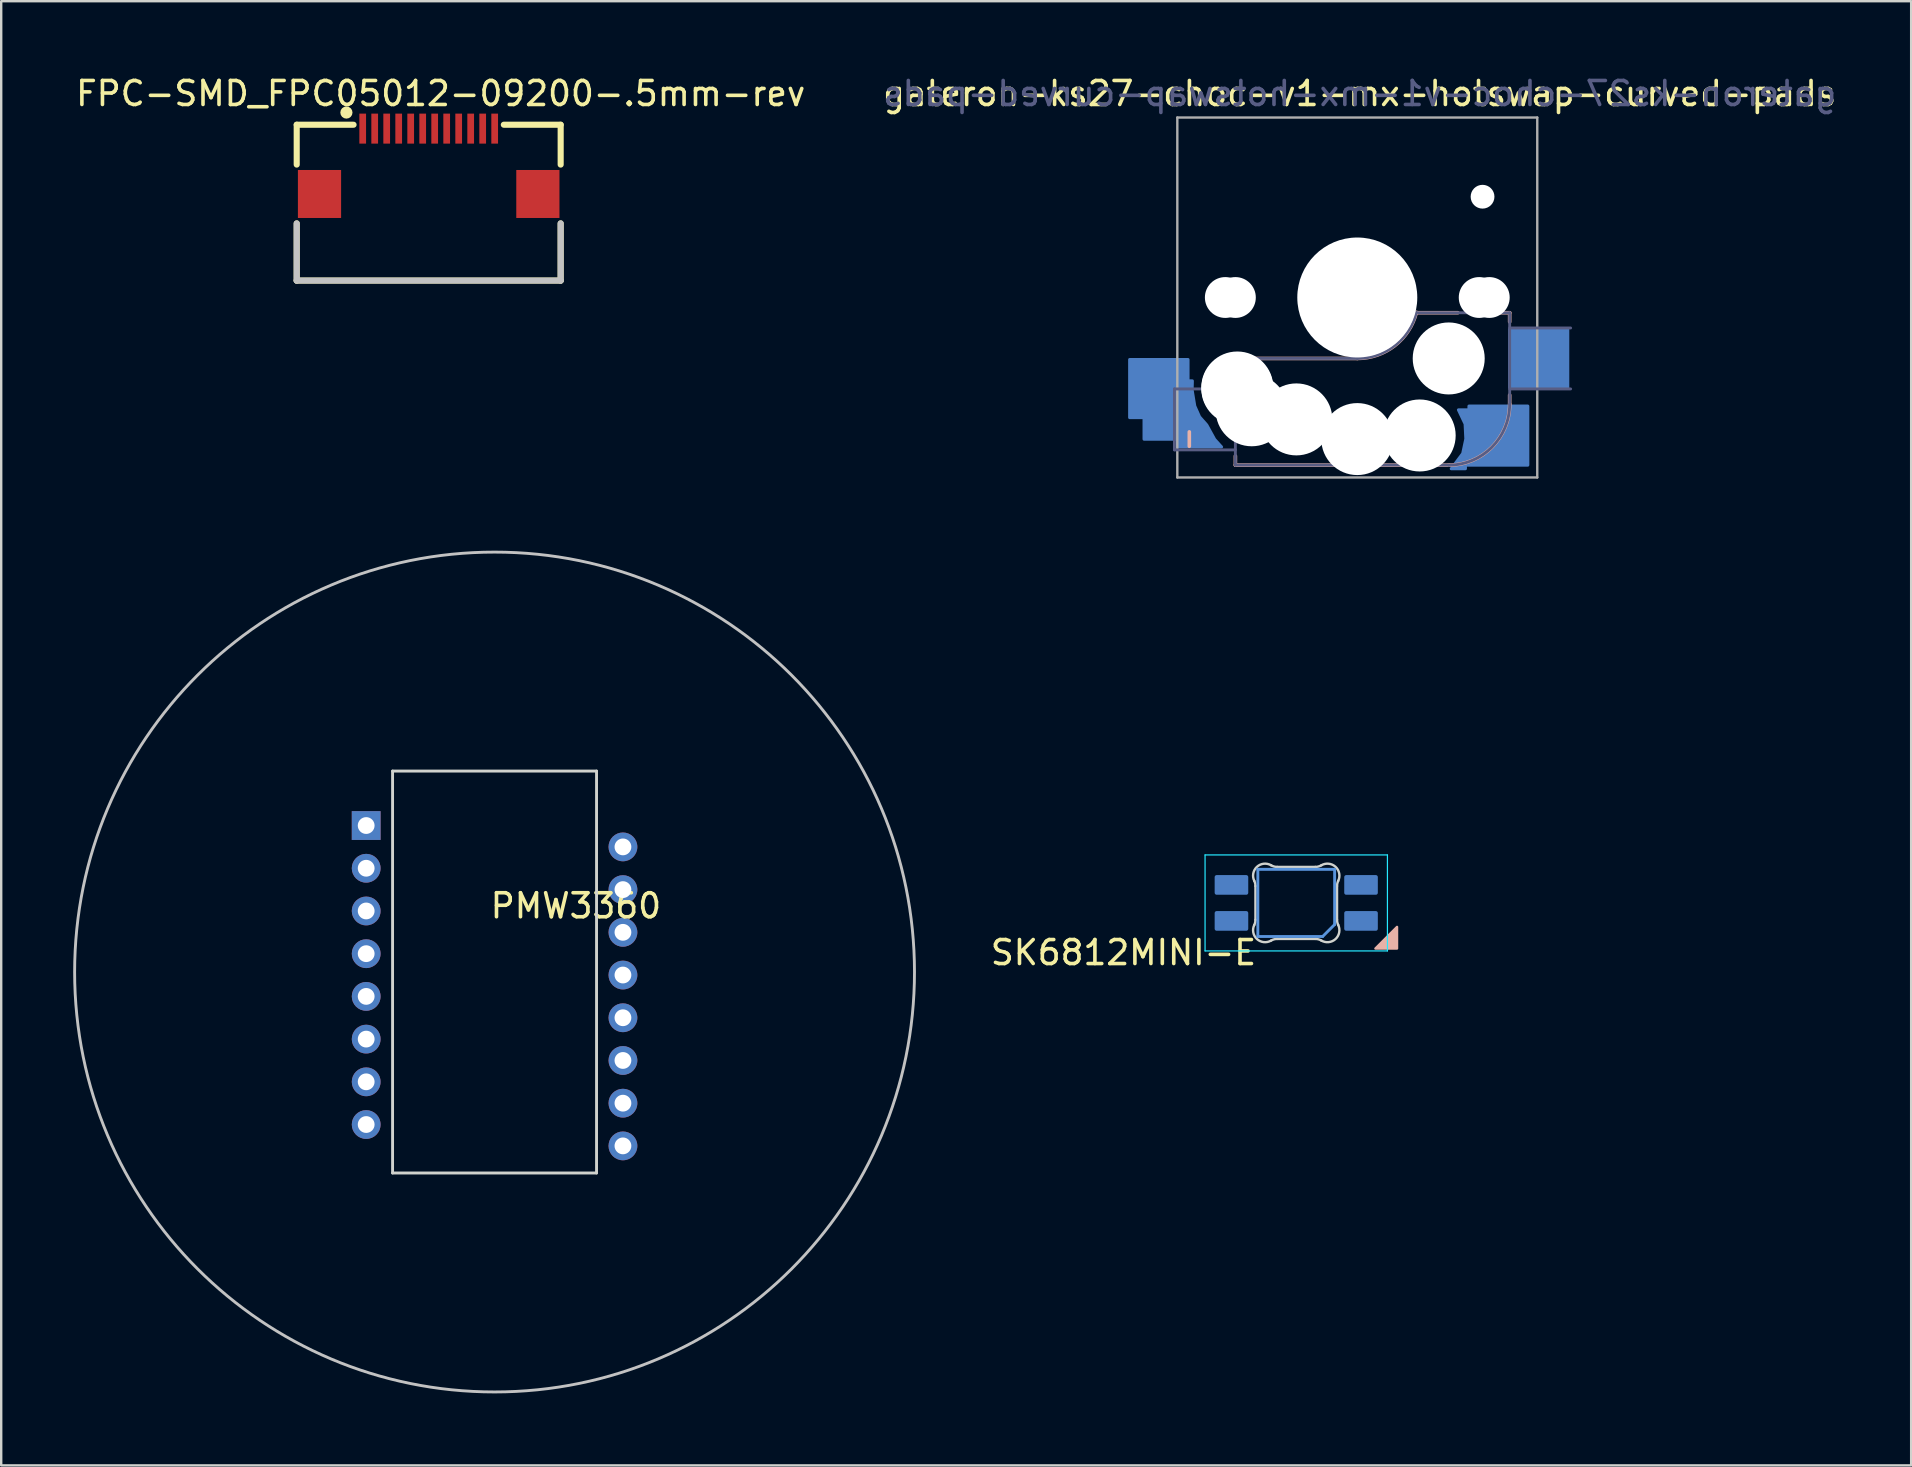
<source format=kicad_pcb>
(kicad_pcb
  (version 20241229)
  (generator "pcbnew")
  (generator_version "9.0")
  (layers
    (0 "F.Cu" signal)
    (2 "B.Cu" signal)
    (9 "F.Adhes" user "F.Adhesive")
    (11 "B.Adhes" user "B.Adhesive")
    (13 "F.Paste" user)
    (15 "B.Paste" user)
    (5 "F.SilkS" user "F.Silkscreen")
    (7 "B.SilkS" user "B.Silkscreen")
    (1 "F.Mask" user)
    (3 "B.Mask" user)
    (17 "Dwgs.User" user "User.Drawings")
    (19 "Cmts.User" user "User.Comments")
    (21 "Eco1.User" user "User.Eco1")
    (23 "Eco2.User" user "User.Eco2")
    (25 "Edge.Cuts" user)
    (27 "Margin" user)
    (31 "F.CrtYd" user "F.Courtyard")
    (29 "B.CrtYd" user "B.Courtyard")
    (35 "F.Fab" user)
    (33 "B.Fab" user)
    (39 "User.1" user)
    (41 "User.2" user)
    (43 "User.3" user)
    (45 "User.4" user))
  (footprint "gateron-ks27-choc-v1-mx-hotswap-curved-pads"
    (layer "F.Cu")
    (at 53.513 9.348)
    (property "Reference" "gateron-ks27-choc-v1-mx-hotswap-curved-pads" (at 0.1 -8.5 0) (unlocked yes) (layer "F.SilkS") (effects (font (size 1 1) (thickness 0.15))))
    (attr through_hole)
    (fp_line (start -7 5.6) (end -7 6.2) (stroke (width 0.15) (type solid)) (layer "B.SilkS"))
    (fp_line (start -5.08 2.54) (end 0 2.54) (stroke (width 0.15) (type solid)) (layer "B.SilkS"))
    (fp_line (start -5.08 3.556) (end -5.08 2.54) (stroke (width 0.15) (type solid)) (layer "B.SilkS"))
    (fp_line (start -5.08 6.985) (end -5.08 6.604) (stroke (width 0.15) (type solid)) (layer "B.SilkS"))
    (fp_line (start 2.464 0.635) (end 4.191 0.635) (stroke (width 0.15) (type solid)) (layer "B.SilkS"))
    (fp_line (start 3.81 6.985) (end -5.08 6.985) (stroke (width 0.15) (type solid)) (layer "B.SilkS"))
    (fp_line (start 5.969 0.635) (end 6.35 0.635) (stroke (width 0.15) (type solid)) (layer "B.SilkS"))
    (fp_line (start 6.35 1.016) (end 6.35 0.635) (stroke (width 0.15) (type solid)) (layer "B.SilkS"))
    (fp_line (start 6.35 4.445) (end 6.35 4.064) (stroke (width 0.15) (type solid)) (layer "B.SilkS"))
    (fp_arc (start 2.464162 0.61604) (mid 1.563147 2.002042) (end 0 2.54) (stroke (width 0.15) (type solid)) (layer "B.SilkS"))
    (fp_arc (start 6.35 4.445) (mid 5.606051 6.241051) (end 3.81 6.985) (stroke (width 0.15) (type solid)) (layer "B.SilkS"))
    (fp_line (start -7 -7) (end -7 7) (stroke (width 0.12) (type solid)) (layer "Eco2.User"))
    (fp_line (start -7 7) (end 7 7) (stroke (width 0.12) (type solid)) (layer "Eco2.User"))
    (fp_line (start 7 -7) (end -7 -7) (stroke (width 0.12) (type solid)) (layer "Eco2.User"))
    (fp_line (start 7 7) (end 7 -7) (stroke (width 0.12) (type solid)) (layer "Eco2.User"))
    (fp_line (start -7.62 3.81) (end -5.08 3.81) (stroke (width 0.12) (type solid)) (layer "B.Fab"))
    (fp_line (start -7.62 6.35) (end -7.62 3.81) (stroke (width 0.12) (type solid)) (layer "B.Fab"))
    (fp_line (start -5.08 2.54) (end 0 2.54) (stroke (width 0.12) (type solid)) (layer "B.Fab"))
    (fp_line (start -5.08 6.35) (end -7.62 6.35) (stroke (width 0.12) (type solid)) (layer "B.Fab"))
    (fp_line (start -5.08 6.985) (end -5.08 2.54) (stroke (width 0.12) (type solid)) (layer "B.Fab"))
    (fp_line (start 3.81 6.985) (end -5.08 6.985) (stroke (width 0.12) (type solid)) (layer "B.Fab"))
    (fp_line (start 6.35 0.635) (end 2.54 0.635) (stroke (width 0.12) (type solid)) (layer "B.Fab"))
    (fp_line (start 6.35 0.635) (end 6.35 4.445) (stroke (width 0.12) (type solid)) (layer "B.Fab"))
    (fp_line (start 6.35 1.27) (end 8.89 1.27) (stroke (width 0.12) (type solid)) (layer "B.Fab"))
    (fp_line (start 8.89 3.81) (end 6.35 3.81) (stroke (width 0.12) (type solid)) (layer "B.Fab"))
    (fp_arc (start 2.464162 0.61604) (mid 1.563147 2.002042) (end 0 2.54) (stroke (width 0.12) (type solid)) (layer "B.Fab"))
    (fp_arc (start 6.35 4.445) (mid 5.606051 6.241051) (end 3.81 6.985) (stroke (width 0.12) (type solid)) (layer "B.Fab"))
    (fp_line (start -7.5 -7.5) (end -7.5 7.5) (stroke (width 0.1) (type solid)) (layer "F.Fab"))
    (fp_line (start -7.5 7.5) (end 7.5 7.5) (stroke (width 0.1) (type solid)) (layer "F.Fab"))
    (fp_line (start 7.5 -7.5) (end -7.5 -7.5) (stroke (width 0.1) (type solid)) (layer "F.Fab"))
    (fp_line (start 7.5 7.5) (end 7.5 -7.5) (stroke (width 0.1) (type solid)) (layer "F.Fab"))
    (fp_text user "${REFERENCE}" (at 0.1 -8.5 0) (layer "B.Fab") (effects (font (size 1 1) (thickness 0.15)) (justify mirror)))
    (pad "" np_thru_hole circle (at -5.5 0) (size 1.702 1.702) (drill 1.702) (layers "*.Cu" "*.Mask"))
    (pad "" np_thru_hole circle (at -5.08 0 180) (size 1.702 1.702) (drill 1.702) (layers "*.Cu" "*.Mask"))
    (pad "" np_thru_hole circle (at -5 3.75) (size 3 3) (drill 3) (layers "*.Cu" "*.Mask"))
    (pad "" np_thru_hole circle (at -5 3.8) (size 3 3) (drill 3) (layers "*.Cu" "*.Mask"))
    (pad "" np_thru_hole circle (at -4.4 4.7) (size 3 3) (drill 3) (layers "*.Cu" "*.Mask"))
    (pad "" np_thru_hole circle (at -2.54 5.08 180) (size 3 3) (drill 3) (layers "*.Cu" "*.Mask"))
    (pad "" np_thru_hole circle (at 0 0) (size 5 5) (drill 5) (layers "*.Cu" "*.Mask"))
    (pad "" np_thru_hole circle (at 0 5.9) (size 3 3) (drill 3) (layers "*.Cu" "*.Mask"))
    (pad "" np_thru_hole circle (at 2.6 5.75) (size 3 3) (drill 3) (layers "*.Cu" "*.Mask"))
    (pad "" np_thru_hole circle (at 3.81 2.54 180) (size 3 3) (drill 3) (layers "*.Cu" "*.Mask"))
    (pad "" np_thru_hole circle (at 5.08 0 180) (size 1.702 1.702) (drill 1.702) (layers "*.Cu" "*.Mask"))
    (pad "" np_thru_hole circle (at 5.22 -4.2) (size 0.991 0.991) (drill 0.991) (layers "*.Cu" "*.Mask"))
    (pad "" np_thru_hole circle (at 5.5 0) (size 1.702 1.702) (drill 1.702) (layers "*.Cu" "*.Mask"))
    (pad "1" smd custom (at -8.08 3.72 180) (size 1.403 1.309) (layers "B.Cu" "B.Mask" "B.Paste") (options (anchor rect)) (primitives (gr_poly (pts (xy -2.43 -2.51) (xy -0.58 -2.51) (xy -0.58 -2.19) (xy 0.81 -2.19) (xy 0.81 -1.29) (xy 1.41 -1.29) (xy 1.41 1.14) (xy -1.03 1.14) (xy -1.03 0.25) (xy -1.21 0.25) (xy -1.2 -0.13) (xy -1.31 -0.8) (xy -1.51 -1.25) (xy -1.81 -1.59) (xy -2.14 -2.19)) (width 0.12) (fill yes))))
    (pad "2" smd custom (at 5.72 5.75) (size 1.25 1.21) (layers "B.Cu" "B.Mask" "B.Paste") (options (anchor rect)) (primitives (gr_poly (pts (xy -1.51 -1.07) (xy -1.07 -1.07) (xy -1.07 -1.23) (xy 1.39 -1.23) (xy 1.39 1.24) (xy -1.21 1.24) (xy -1.21 1.39) (xy -1.81 1.39) (xy -1.33 0.75) (xy -1.2 0.14) (xy -1.23 -0.48)) (width 0.12) (fill yes))))
    (pad "2" smd rect (at 7.56 2.54 180) (size 2.55 2.5) (layers "B.Cu" "B.Mask" "B.Paste")))
  (footprint "FPC-SMD_FPC05012-09200-.5mm-rev"
    (layer "F.Cu")
    (at 14.815 4.348)
    (property "Reference" "FPC-SMD_FPC05012-09200-.5mm-rev" (at 0.5 -3.5 0) (unlocked yes) (layer "F.SilkS") (effects (font (size 1 1) (thickness 0.15))))
    (attr smd)
    (fp_line (start -5.5 -2.2) (end -3.131 -2.2) (stroke (width 0.254) (type solid)) (layer "F.SilkS"))
    (fp_line (start -5.5 -0.539) (end -5.5 -2.2) (stroke (width 0.254) (type solid)) (layer "F.SilkS"))
    (fp_line (start -5.5 4.295) (end -5.5 1.912) (stroke (width 0.254) (type solid)) (layer "F.SilkS"))
    (fp_line (start 5.5 -2.2) (end 3.131 -2.2) (stroke (width 0.254) (type solid)) (layer "F.SilkS"))
    (fp_line (start 5.5 -0.539) (end 5.5 -2.2) (stroke (width 0.254) (type solid)) (layer "F.SilkS"))
    (fp_line (start 5.5 4.295) (end -5.5 4.295) (stroke (width 0.254) (type solid)) (layer "F.SilkS"))
    (fp_line (start 5.5 4.295) (end 5.5 1.912) (stroke (width 0.254) (type solid)) (layer "F.SilkS"))
    (fp_circle (center -3.429 -2.708) (end -3.302 -2.708) (stroke (width 0.254) (type solid)) (fill no) (layer "F.SilkS"))
    (fp_line (start -5.5 4.295) (end -5.5 1.912) (stroke (width 0.254) (type solid)) (layer "Dwgs.User"))
    (fp_line (start 5.5 4.295) (end -5.5 4.295) (stroke (width 0.254) (type solid)) (layer "Dwgs.User"))
    (fp_line (start 5.5 4.295) (end 5.5 1.912) (stroke (width 0.254) (type solid)) (layer "Dwgs.User"))
    (fp_text user "C479750" (at 0 -0.676 0) (layer "User.3") (effects (font (size 1 1) (thickness 0.15))))
    (fp_text user "C479750" (at 0 -0.672 0) (layer "User.3") (effects (font (size 1 1) (thickness 0.15))))
    (pad "1" smd rect (at -2.75 -2.038) (size 0.28 1.25) (layers "F.Cu" "F.Mask" "F.Paste"))
    (pad "2" smd rect (at -2.25 -2.038) (size 0.28 1.25) (layers "F.Cu" "F.Mask" "F.Paste"))
    (pad "3" smd rect (at -1.75 -2.038) (size 0.28 1.25) (layers "F.Cu" "F.Mask" "F.Paste"))
    (pad "4" smd rect (at -1.25 -2.038) (size 0.28 1.25) (layers "F.Cu" "F.Mask" "F.Paste"))
    (pad "5" smd rect (at -0.75 -2.038) (size 0.28 1.25) (layers "F.Cu" "F.Mask" "F.Paste"))
    (pad "6" smd rect (at -0.25 -2.038) (size 0.28 1.25) (layers "F.Cu" "F.Mask" "F.Paste"))
    (pad "7" smd rect (at 0.25 -2.038) (size 0.28 1.25) (layers "F.Cu" "F.Mask" "F.Paste"))
    (pad "8" smd rect (at 0.75 -2.038) (size 0.28 1.25) (layers "F.Cu" "F.Mask" "F.Paste"))
    (pad "9" smd rect (at 1.25 -2.038) (size 0.28 1.25) (layers "F.Cu" "F.Mask" "F.Paste"))
    (pad "10" smd rect (at 1.75 -2.038) (size 0.28 1.25) (layers "F.Cu" "F.Mask" "F.Paste"))
    (pad "11" smd rect (at 2.25 -2.038) (size 0.28 1.25) (layers "F.Cu" "F.Mask" "F.Paste"))
    (pad "12" smd rect (at 2.75 -2.038) (size 0.28 1.25) (layers "F.Cu" "F.Mask" "F.Paste"))
    (pad "13" smd rect (at 4.55 0.686) (size 1.8 2) (layers "F.Cu" "F.Mask" "F.Paste"))
    (pad "14" smd rect (at -4.55 0.686) (size 1.8 2) (layers "F.Cu" "F.Mask" "F.Paste")))
  (footprint "PMW3360"
    (layer "F.Cu")
    (at 17.56 37.458)
    (property "Reference" "PMW3360" (at 3.39 -2.76 0) (layer "F.SilkS") (effects (font (size 1 1) (thickness 0.15))))
    (attr through_hole)
    (fp_circle (center 0 0) (end 17.5 0) (stroke (width 0.12) (type solid)) (fill no) (layer "Dwgs.User"))
    (fp_line (start -4.25 -8.375) (end -4.25 8.375) (stroke (width 0.12) (type solid)) (layer "Edge.Cuts"))
    (fp_line (start -4.25 -8.375) (end 4.25 -8.375) (stroke (width 0.12) (type solid)) (layer "Edge.Cuts"))
    (fp_line (start -4.25 8.375) (end 4.25 8.375) (stroke (width 0.12) (type solid)) (layer "Edge.Cuts"))
    (fp_line (start 4.25 -8.375) (end 4.25 8.375) (stroke (width 0.12) (type solid)) (layer "Edge.Cuts"))
    (pad "1" thru_hole rect (at -5.35 -6.105) (size 1.2 1.2) (drill 0.7) (layers "*.Cu" "*.Mask"))
    (pad "2" thru_hole circle (at -5.35 -4.325) (size 1.2 1.2) (drill 0.7) (layers "*.Cu" "*.Mask"))
    (pad "3" thru_hole circle (at -5.35 -2.545) (size 1.2 1.2) (drill 0.7) (layers "*.Cu" "*.Mask"))
    (pad "4" thru_hole circle (at -5.35 -0.765) (size 1.2 1.2) (drill 0.7) (layers "*.Cu" "*.Mask"))
    (pad "5" thru_hole circle (at -5.35 1.015) (size 1.2 1.2) (drill 0.7) (layers "*.Cu" "*.Mask"))
    (pad "6" thru_hole circle (at -5.35 2.795) (size 1.2 1.2) (drill 0.7) (layers "*.Cu" "*.Mask"))
    (pad "7" thru_hole circle (at -5.35 4.575) (size 1.2 1.2) (drill 0.7) (layers "*.Cu" "*.Mask"))
    (pad "8" thru_hole circle (at -5.35 6.355) (size 1.2 1.2) (drill 0.7) (layers "*.Cu" "*.Mask"))
    (pad "9" thru_hole circle (at 5.35 7.245) (size 1.2 1.2) (drill 0.7) (layers "*.Cu" "*.Mask"))
    (pad "10" thru_hole circle (at 5.35 5.465) (size 1.2 1.2) (drill 0.7) (layers "*.Cu" "*.Mask"))
    (pad "11" thru_hole circle (at 5.35 3.685) (size 1.2 1.2) (drill 0.7) (layers "*.Cu" "*.Mask"))
    (pad "12" thru_hole circle (at 5.35 1.905) (size 1.2 1.2) (drill 0.7) (layers "*.Cu" "*.Mask"))
    (pad "13" thru_hole circle (at 5.35 0.125) (size 1.2 1.2) (drill 0.7) (layers "*.Cu" "*.Mask"))
    (pad "14" thru_hole circle (at 5.35 -1.655) (size 1.2 1.2) (drill 0.7) (layers "*.Cu" "*.Mask"))
    (pad "15" thru_hole circle (at 5.35 -3.435) (size 1.2 1.2) (drill 0.7) (layers "*.Cu" "*.Mask"))
    (pad "16" thru_hole circle (at 5.35 -5.215) (size 1.2 1.2) (drill 0.7) (layers "*.Cu" "*.Mask")))
  (footprint "SK6812MINI-E"
    (layer "F.Cu")
    (at 50.969 29.498)
    (property "Reference" "SK6812MINI-E" (at -7.2 7.15 0) (layer "F.SilkS") (effects (font (size 1 1) (thickness 0.15))))
    (attr through_hole)
    (fp_poly (pts (xy 4.2 6.08) (xy 3.3 6.98) (xy 4.2 6.98)) (stroke (width 0.1) (type solid)) (fill yes) (layer "B.SilkS"))
    (fp_line (start -1.6 3.68) (end -1.6 6.48) (stroke (width 0.12) (type solid)) (layer "Cmts.User"))
    (fp_line (start -1.6 6.48) (end 1.1 6.48) (stroke (width 0.12) (type solid)) (layer "Cmts.User"))
    (fp_line (start 1.6 3.68) (end -1.6 3.68) (stroke (width 0.12) (type solid)) (layer "Cmts.User"))
    (fp_line (start 1.6 5.98) (end 1.1 6.48) (stroke (width 0.12) (type solid)) (layer "Cmts.User"))
    (fp_line (start 1.6 5.98) (end 1.6 3.68) (stroke (width 0.12) (type solid)) (layer "Cmts.User"))
    (fp_line (start -1.7 5.783) (end -1.7 4.377) (stroke (width 0.1) (type solid)) (layer "Edge.Cuts"))
    (fp_line (start -0.794 3.58) (end 0.794 3.58) (stroke (width 0.1) (type solid)) (layer "Edge.Cuts"))
    (fp_line (start 0.794 6.58) (end -0.794 6.58) (stroke (width 0.1) (type solid)) (layer "Edge.Cuts"))
    (fp_line (start 1.7 4.377) (end 1.7 5.783) (stroke (width 0.1) (type solid)) (layer "Edge.Cuts"))
    (fp_arc (start -1.749484 4.160279) (mid -1.712527 4.265931) (end -1.699999 4.377157) (stroke (width 0.1) (type solid)) (layer "Edge.Cuts"))
    (fp_arc (start -1.749484 4.160279) (mid -1.638071 3.575964) (end -1.046711 3.5117) (stroke (width 0.1) (type solid)) (layer "Edge.Cuts"))
    (fp_arc (start -1.699999 5.782842) (mid -1.712527 5.894067) (end -1.749484 5.999719) (stroke (width 0.1) (type solid)) (layer "Edge.Cuts"))
    (fp_arc (start -1.046711 6.648296) (mid -1.63807 6.584033) (end -1.749484 5.999719) (stroke (width 0.1) (type solid)) (layer "Edge.Cuts"))
    (fp_arc (start -1.04671 6.648298) (mid -0.925122 6.597376) (end -0.794452 6.579999) (stroke (width 0.1) (type solid)) (layer "Edge.Cuts"))
    (fp_arc (start -0.794453 3.579999) (mid -0.925123 3.562622) (end -1.046711 3.5117) (stroke (width 0.1) (type solid)) (layer "Edge.Cuts"))
    (fp_arc (start 0.794452 6.579999) (mid 0.925123 6.597376) (end 1.046711 6.648298) (stroke (width 0.1) (type solid)) (layer "Edge.Cuts"))
    (fp_arc (start 1.046711 3.511701) (mid 0.925123 3.562623) (end 0.794453 3.58) (stroke (width 0.1) (type solid)) (layer "Edge.Cuts"))
    (fp_arc (start 1.046711 3.511701) (mid 1.63807 3.575965) (end 1.749484 4.160279) (stroke (width 0.1) (type solid)) (layer "Edge.Cuts"))
    (fp_arc (start 1.699999 4.377156) (mid 1.712527 4.265931) (end 1.749484 4.160279) (stroke (width 0.1) (type solid)) (layer "Edge.Cuts"))
    (fp_arc (start 1.749484 5.999718) (mid 1.638072 6.584034) (end 1.046711 6.648298) (stroke (width 0.1) (type solid)) (layer "Edge.Cuts"))
    (fp_arc (start 1.749484 5.999719) (mid 1.712527 5.894067) (end 1.699999 5.782841) (stroke (width 0.1) (type solid)) (layer "Edge.Cuts"))
    (fp_line (start -3.8 3.08) (end -3.8 7.08) (stroke (width 0.05) (type solid)) (layer "B.CrtYd"))
    (fp_line (start -3.8 7.08) (end 3.8 7.08) (stroke (width 0.05) (type solid)) (layer "B.CrtYd"))
    (fp_line (start 3.8 3.08) (end -3.8 3.08) (stroke (width 0.05) (type solid)) (layer "B.CrtYd"))
    (fp_line (start 3.8 7.08) (end 3.8 3.08) (stroke (width 0.05) (type solid)) (layer "B.CrtYd"))
    (fp_line (start -9.525 -9.525) (end 9.525 -9.525) (stroke (width 0.15) (type solid)) (layer "User.1"))
    (fp_line (start -9.525 9.525) (end -9.525 -9.525) (stroke (width 0.15) (type solid)) (layer "User.1"))
    (fp_line (start 9.525 -9.525) (end 9.525 9.525) (stroke (width 0.15) (type solid)) (layer "User.1"))
    (fp_line (start 9.525 9.525) (end -9.525 9.525) (stroke (width 0.15) (type solid)) (layer "User.1"))
    (pad "1" smd roundrect (at -2.7 4.33 270) (size 0.82 1.4) (layers "B.Cu" "B.Mask" "B.Paste") (roundrect_rratio 0.1))
    (pad "2" smd roundrect (at -2.7 5.83 270) (size 0.82 1.4) (layers "B.Cu" "B.Mask" "B.Paste") (roundrect_rratio 0.1))
    (pad "3" smd roundrect (at 2.7 5.83 270) (size 0.82 1.4) (layers "B.Cu" "B.Mask" "B.Paste") (roundrect_rratio 0.1))
    (pad "4" smd roundrect (at 2.7 4.33 270) (size 0.82 1.4) (layers "B.Cu" "B.Mask" "B.Paste") (roundrect_rratio 0.1)))
  (gr_rect
    (start -3 -3)
    (end 76.595 58.018)
    (stroke (width 0.1) (type default))
    (fill no)
    (layer "Edge.Cuts")))
</source>
